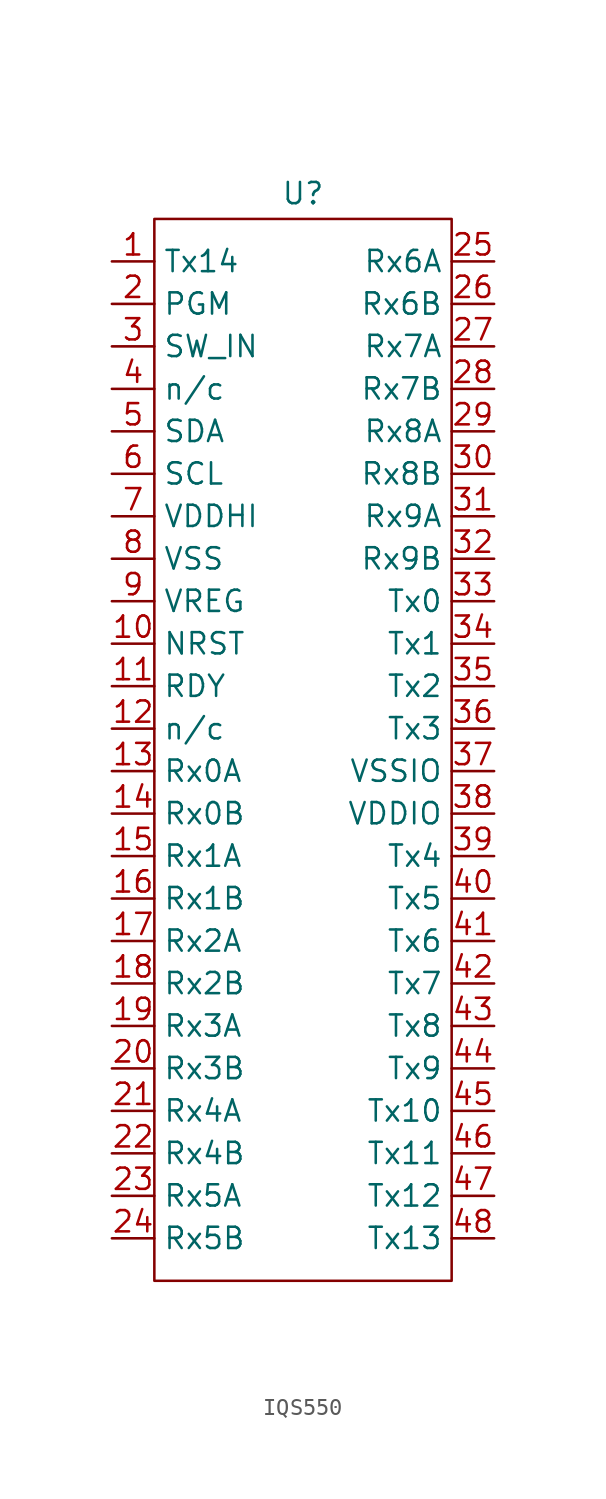
<source format=kicad_sym>
(kicad_symbol_lib
  (version 20231120)
  (generator "kicad_symbol_editor")
  (generator_version "8.0")
  (symbol "IQS550"
    (property "Reference" "U"
      (at 8.89 1.524 0)
      (effects (font (size 1.27 1.27))))
    (property "Value" ""
      (at 0 0 0)
      (effects (font (size 1.27 1.27))))
    (symbol "IQS550_0_1"
      (rectangle (start 0 0) (end 17.78 -63.5) (stroke (width 0) (type default)) (fill (type none))))
    (symbol "IQS550_1_1"
      (pin passive line (at -2.54 -2.54 0) (length 2.54) (name "Tx14" (effects (font (size 1.27 1.27)))) (number "1" (effects (font (size 1.27 1.27)))))
      (pin passive line (at -2.54 -25.4 0) (length 2.54) (name "NRST" (effects (font (size 1.27 1.27)))) (number "10" (effects (font (size 1.27 1.27)))))
      (pin passive line (at -2.54 -27.94 0) (length 2.54) (name "RDY" (effects (font (size 1.27 1.27)))) (number "11" (effects (font (size 1.27 1.27)))))
      (pin passive line (at -2.54 -30.48 0) (length 2.54) (name "n/c" (effects (font (size 1.27 1.27)))) (number "12" (effects (font (size 1.27 1.27)))))
      (pin passive line (at -2.54 -33.02 0) (length 2.54) (name "Rx0A" (effects (font (size 1.27 1.27)))) (number "13" (effects (font (size 1.27 1.27)))))
      (pin passive line (at -2.54 -35.56 0) (length 2.54) (name "Rx0B" (effects (font (size 1.27 1.27)))) (number "14" (effects (font (size 1.27 1.27)))))
      (pin passive line (at -2.54 -38.1 0) (length 2.54) (name "Rx1A" (effects (font (size 1.27 1.27)))) (number "15" (effects (font (size 1.27 1.27)))))
      (pin passive line (at -2.54 -40.64 0) (length 2.54) (name "Rx1B" (effects (font (size 1.27 1.27)))) (number "16" (effects (font (size 1.27 1.27)))))
      (pin passive line (at -2.54 -43.18 0) (length 2.54) (name "Rx2A" (effects (font (size 1.27 1.27)))) (number "17" (effects (font (size 1.27 1.27)))))
      (pin passive line (at -2.54 -45.72 0) (length 2.54) (name "Rx2B" (effects (font (size 1.27 1.27)))) (number "18" (effects (font (size 1.27 1.27)))))
      (pin passive line (at -2.54 -48.26 0) (length 2.54) (name "Rx3A" (effects (font (size 1.27 1.27)))) (number "19" (effects (font (size 1.27 1.27)))))
      (pin passive line (at -2.54 -5.08 0) (length 2.54) (name "PGM" (effects (font (size 1.27 1.27)))) (number "2" (effects (font (size 1.27 1.27)))))
      (pin passive line (at -2.54 -50.8 0) (length 2.54) (name "Rx3B" (effects (font (size 1.27 1.27)))) (number "20" (effects (font (size 1.27 1.27)))))
      (pin passive line (at -2.54 -53.34 0) (length 2.54) (name "Rx4A" (effects (font (size 1.27 1.27)))) (number "21" (effects (font (size 1.27 1.27)))))
      (pin passive line (at -2.54 -55.88 0) (length 2.54) (name "Rx4B" (effects (font (size 1.27 1.27)))) (number "22" (effects (font (size 1.27 1.27)))))
      (pin passive line (at -2.54 -58.42 0) (length 2.54) (name "Rx5A" (effects (font (size 1.27 1.27)))) (number "23" (effects (font (size 1.27 1.27)))))
      (pin passive line (at -2.54 -60.96 0) (length 2.54) (name "Rx5B" (effects (font (size 1.27 1.27)))) (number "24" (effects (font (size 1.27 1.27)))))
      (pin passive line (at 20.32 -2.54 180) (length 2.54) (name "Rx6A" (effects (font (size 1.27 1.27)))) (number "25" (effects (font (size 1.27 1.27)))))
      (pin passive line (at 20.32 -5.08 180) (length 2.54) (name "Rx6B" (effects (font (size 1.27 1.27)))) (number "26" (effects (font (size 1.27 1.27)))))
      (pin passive line (at 20.32 -7.62 180) (length 2.54) (name "Rx7A" (effects (font (size 1.27 1.27)))) (number "27" (effects (font (size 1.27 1.27)))))
      (pin passive line (at 20.32 -10.16 180) (length 2.54) (name "Rx7B" (effects (font (size 1.27 1.27)))) (number "28" (effects (font (size 1.27 1.27)))))
      (pin passive line (at 20.32 -12.7 180) (length 2.54) (name "Rx8A" (effects (font (size 1.27 1.27)))) (number "29" (effects (font (size 1.27 1.27)))))
      (pin passive line (at -2.54 -7.62 0) (length 2.54) (name "SW_IN" (effects (font (size 1.27 1.27)))) (number "3" (effects (font (size 1.27 1.27)))))
      (pin passive line (at 20.32 -15.24 180) (length 2.54) (name "Rx8B" (effects (font (size 1.27 1.27)))) (number "30" (effects (font (size 1.27 1.27)))))
      (pin passive line (at 20.32 -17.78 180) (length 2.54) (name "Rx9A" (effects (font (size 1.27 1.27)))) (number "31" (effects (font (size 1.27 1.27)))))
      (pin passive line (at 20.32 -20.32 180) (length 2.54) (name "Rx9B" (effects (font (size 1.27 1.27)))) (number "32" (effects (font (size 1.27 1.27)))))
      (pin passive line (at 20.32 -22.86 180) (length 2.54) (name "Tx0" (effects (font (size 1.27 1.27)))) (number "33" (effects (font (size 1.27 1.27)))))
      (pin passive line (at 20.32 -25.4 180) (length 2.54) (name "Tx1" (effects (font (size 1.27 1.27)))) (number "34" (effects (font (size 1.27 1.27)))))
      (pin passive line (at 20.32 -27.94 180) (length 2.54) (name "Tx2" (effects (font (size 1.27 1.27)))) (number "35" (effects (font (size 1.27 1.27)))))
      (pin passive line (at 20.32 -30.48 180) (length 2.54) (name "Tx3" (effects (font (size 1.27 1.27)))) (number "36" (effects (font (size 1.27 1.27)))))
      (pin passive line (at 20.32 -33.02 180) (length 2.54) (name "VSSIO" (effects (font (size 1.27 1.27)))) (number "37" (effects (font (size 1.27 1.27)))))
      (pin passive line (at 20.32 -35.56 180) (length 2.54) (name "VDDIO" (effects (font (size 1.27 1.27)))) (number "38" (effects (font (size 1.27 1.27)))))
      (pin passive line (at 20.32 -38.1 180) (length 2.54) (name "Tx4" (effects (font (size 1.27 1.27)))) (number "39" (effects (font (size 1.27 1.27)))))
      (pin passive line (at -2.54 -10.16 0) (length 2.54) (name "n/c" (effects (font (size 1.27 1.27)))) (number "4" (effects (font (size 1.27 1.27)))))
      (pin passive line (at 20.32 -40.64 180) (length 2.54) (name "Tx5" (effects (font (size 1.27 1.27)))) (number "40" (effects (font (size 1.27 1.27)))))
      (pin passive line (at 20.32 -43.18 180) (length 2.54) (name "Tx6" (effects (font (size 1.27 1.27)))) (number "41" (effects (font (size 1.27 1.27)))))
      (pin passive line (at 20.32 -45.72 180) (length 2.54) (name "Tx7" (effects (font (size 1.27 1.27)))) (number "42" (effects (font (size 1.27 1.27)))))
      (pin passive line (at 20.32 -48.26 180) (length 2.54) (name "Tx8" (effects (font (size 1.27 1.27)))) (number "43" (effects (font (size 1.27 1.27)))))
      (pin passive line (at 20.32 -50.8 180) (length 2.54) (name "Tx9" (effects (font (size 1.27 1.27)))) (number "44" (effects (font (size 1.27 1.27)))))
      (pin passive line (at 20.32 -53.34 180) (length 2.54) (name "Tx10" (effects (font (size 1.27 1.27)))) (number "45" (effects (font (size 1.27 1.27)))))
      (pin passive line (at 20.32 -55.88 180) (length 2.54) (name "Tx11" (effects (font (size 1.27 1.27)))) (number "46" (effects (font (size 1.27 1.27)))))
      (pin passive line (at 20.32 -58.42 180) (length 2.54) (name "Tx12" (effects (font (size 1.27 1.27)))) (number "47" (effects (font (size 1.27 1.27)))))
      (pin passive line (at 20.32 -60.96 180) (length 2.54) (name "Tx13" (effects (font (size 1.27 1.27)))) (number "48" (effects (font (size 1.27 1.27)))))
      (pin passive line (at -2.54 -12.7 0) (length 2.54) (name "SDA" (effects (font (size 1.27 1.27)))) (number "5" (effects (font (size 1.27 1.27)))))
      (pin passive line (at -2.54 -15.24 0) (length 2.54) (name "SCL" (effects (font (size 1.27 1.27)))) (number "6" (effects (font (size 1.27 1.27)))))
      (pin passive line (at -2.54 -17.78 0) (length 2.54) (name "VDDHI" (effects (font (size 1.27 1.27)))) (number "7" (effects (font (size 1.27 1.27)))))
      (pin passive line (at -2.54 -20.32 0) (length 2.54) (name "VSS" (effects (font (size 1.27 1.27)))) (number "8" (effects (font (size 1.27 1.27)))))
      (pin passive line (at -2.54 -22.86 0) (length 2.54) (name "VREG" (effects (font (size 1.27 1.27)))) (number "9" (effects (font (size 1.27 1.27))))))))
</source>
